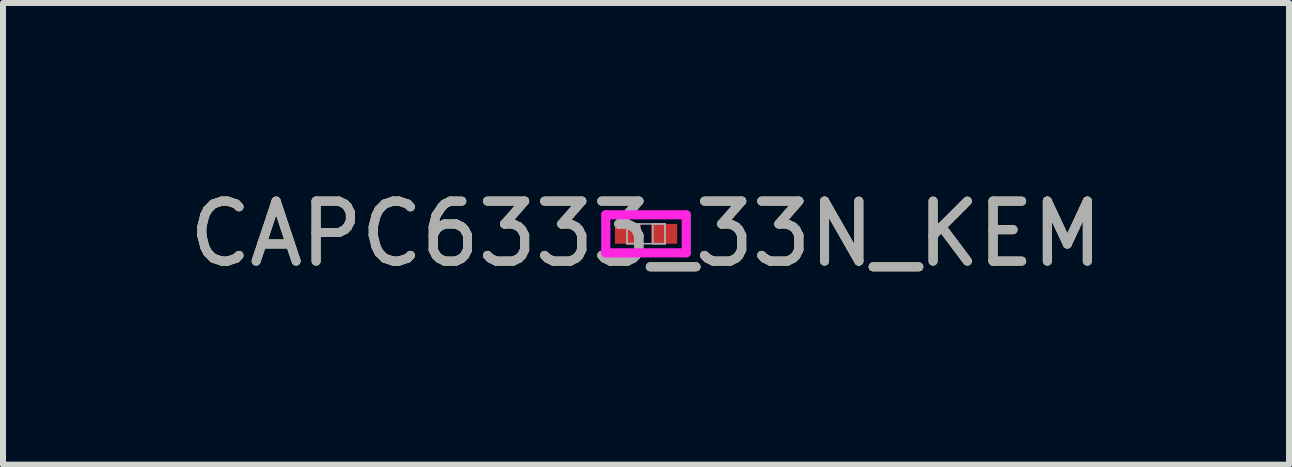
<source format=kicad_pcb>
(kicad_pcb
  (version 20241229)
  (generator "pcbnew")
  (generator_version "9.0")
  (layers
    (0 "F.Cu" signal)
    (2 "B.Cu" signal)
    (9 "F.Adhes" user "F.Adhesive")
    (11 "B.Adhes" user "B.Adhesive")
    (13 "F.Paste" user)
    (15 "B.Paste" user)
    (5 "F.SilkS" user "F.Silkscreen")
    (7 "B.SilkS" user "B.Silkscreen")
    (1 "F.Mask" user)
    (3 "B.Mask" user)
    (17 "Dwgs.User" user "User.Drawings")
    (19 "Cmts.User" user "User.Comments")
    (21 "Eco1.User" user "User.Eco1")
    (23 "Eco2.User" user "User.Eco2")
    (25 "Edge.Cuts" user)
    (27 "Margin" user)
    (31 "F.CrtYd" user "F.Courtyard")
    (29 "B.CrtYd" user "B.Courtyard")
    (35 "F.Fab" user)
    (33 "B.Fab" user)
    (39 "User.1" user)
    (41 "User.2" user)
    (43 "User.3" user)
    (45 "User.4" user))
  (footprint "CAPC6333_33N_KEM"
    (layer "F.Cu")
    (at 7.72 0.848)
    (property "Reference" "CAPC6333_33N_KEM" (at 0 0 0) (unlocked yes) (layer "F.SilkS") (effects (font (size 1 1) (thickness 0.15))))
    (attr smd)
    (fp_line (start -0.671 -0.317) (end 0.671 -0.317) (stroke (width 0.152) (type solid)) (layer "F.CrtYd"))
    (fp_line (start -0.671 0.317) (end -0.671 -0.317) (stroke (width 0.152) (type solid)) (layer "F.CrtYd"))
    (fp_line (start 0.671 -0.317) (end 0.671 0.317) (stroke (width 0.152) (type solid)) (layer "F.CrtYd"))
    (fp_line (start 0.671 0.317) (end -0.671 0.317) (stroke (width 0.152) (type solid)) (layer "F.CrtYd"))
    (fp_line (start -0.315 -0.165) (end -0.315 0.165) (stroke (width 0.025) (type solid)) (layer "F.Fab"))
    (fp_line (start -0.315 -0.165) (end -0.315 0.165) (stroke (width 0.025) (type solid)) (layer "F.Fab"))
    (fp_line (start -0.315 0.165) (end -0.115 0.165) (stroke (width 0.025) (type solid)) (layer "F.Fab"))
    (fp_line (start -0.315 0.165) (end 0.315 0.165) (stroke (width 0.025) (type solid)) (layer "F.Fab"))
    (fp_line (start -0.115 -0.165) (end -0.315 -0.165) (stroke (width 0.025) (type solid)) (layer "F.Fab"))
    (fp_line (start -0.115 0.165) (end -0.115 -0.165) (stroke (width 0.025) (type solid)) (layer "F.Fab"))
    (fp_line (start 0.115 -0.165) (end 0.115 0.165) (stroke (width 0.025) (type solid)) (layer "F.Fab"))
    (fp_line (start 0.115 0.165) (end 0.315 0.165) (stroke (width 0.025) (type solid)) (layer "F.Fab"))
    (fp_line (start 0.315 -0.165) (end -0.315 -0.165) (stroke (width 0.025) (type solid)) (layer "F.Fab"))
    (fp_line (start 0.315 -0.165) (end 0.115 -0.165) (stroke (width 0.025) (type solid)) (layer "F.Fab"))
    (fp_line (start 0.315 0.165) (end 0.315 -0.165) (stroke (width 0.025) (type solid)) (layer "F.Fab"))
    (fp_line (start 0.315 0.165) (end 0.315 -0.165) (stroke (width 0.025) (type solid)) (layer "F.Fab"))
    (fp_text user "${REFERENCE}" (at 0 0 0) (unlocked yes) (layer "F.Fab") (effects (font (size 1 1) (thickness 0.15))))
    (pad "1" smd rect (at -0.302 0) (size 0.433 0.33) (layers "F.Cu" "F.Mask" "F.Paste"))
    (pad "2" smd rect (at 0.302 0) (size 0.433 0.33) (layers "F.Cu" "F.Mask" "F.Paste"))
    (zone (net_name "") (layer "F.Cu") (hatch full 0.508) (connect_pads) (min_thickness 0.254) (filled_areas_thickness no) (keepout (tracks not_allowed) (vias not_allowed) (pads allowed) (copperpour not_allowed) (footprints allowed)) (placement (enabled no)) (fill) (polygon (pts (xy 7.686 0.734) (xy 7.754 0.734) (xy 7.754 0.962) (xy 7.686 0.962)))))
  (gr_rect
    (start -3 -3)
    (end 18.44 4.697)
    (stroke (width 0.1) (type default))
    (fill no)
    (layer "Edge.Cuts")))
</source>
